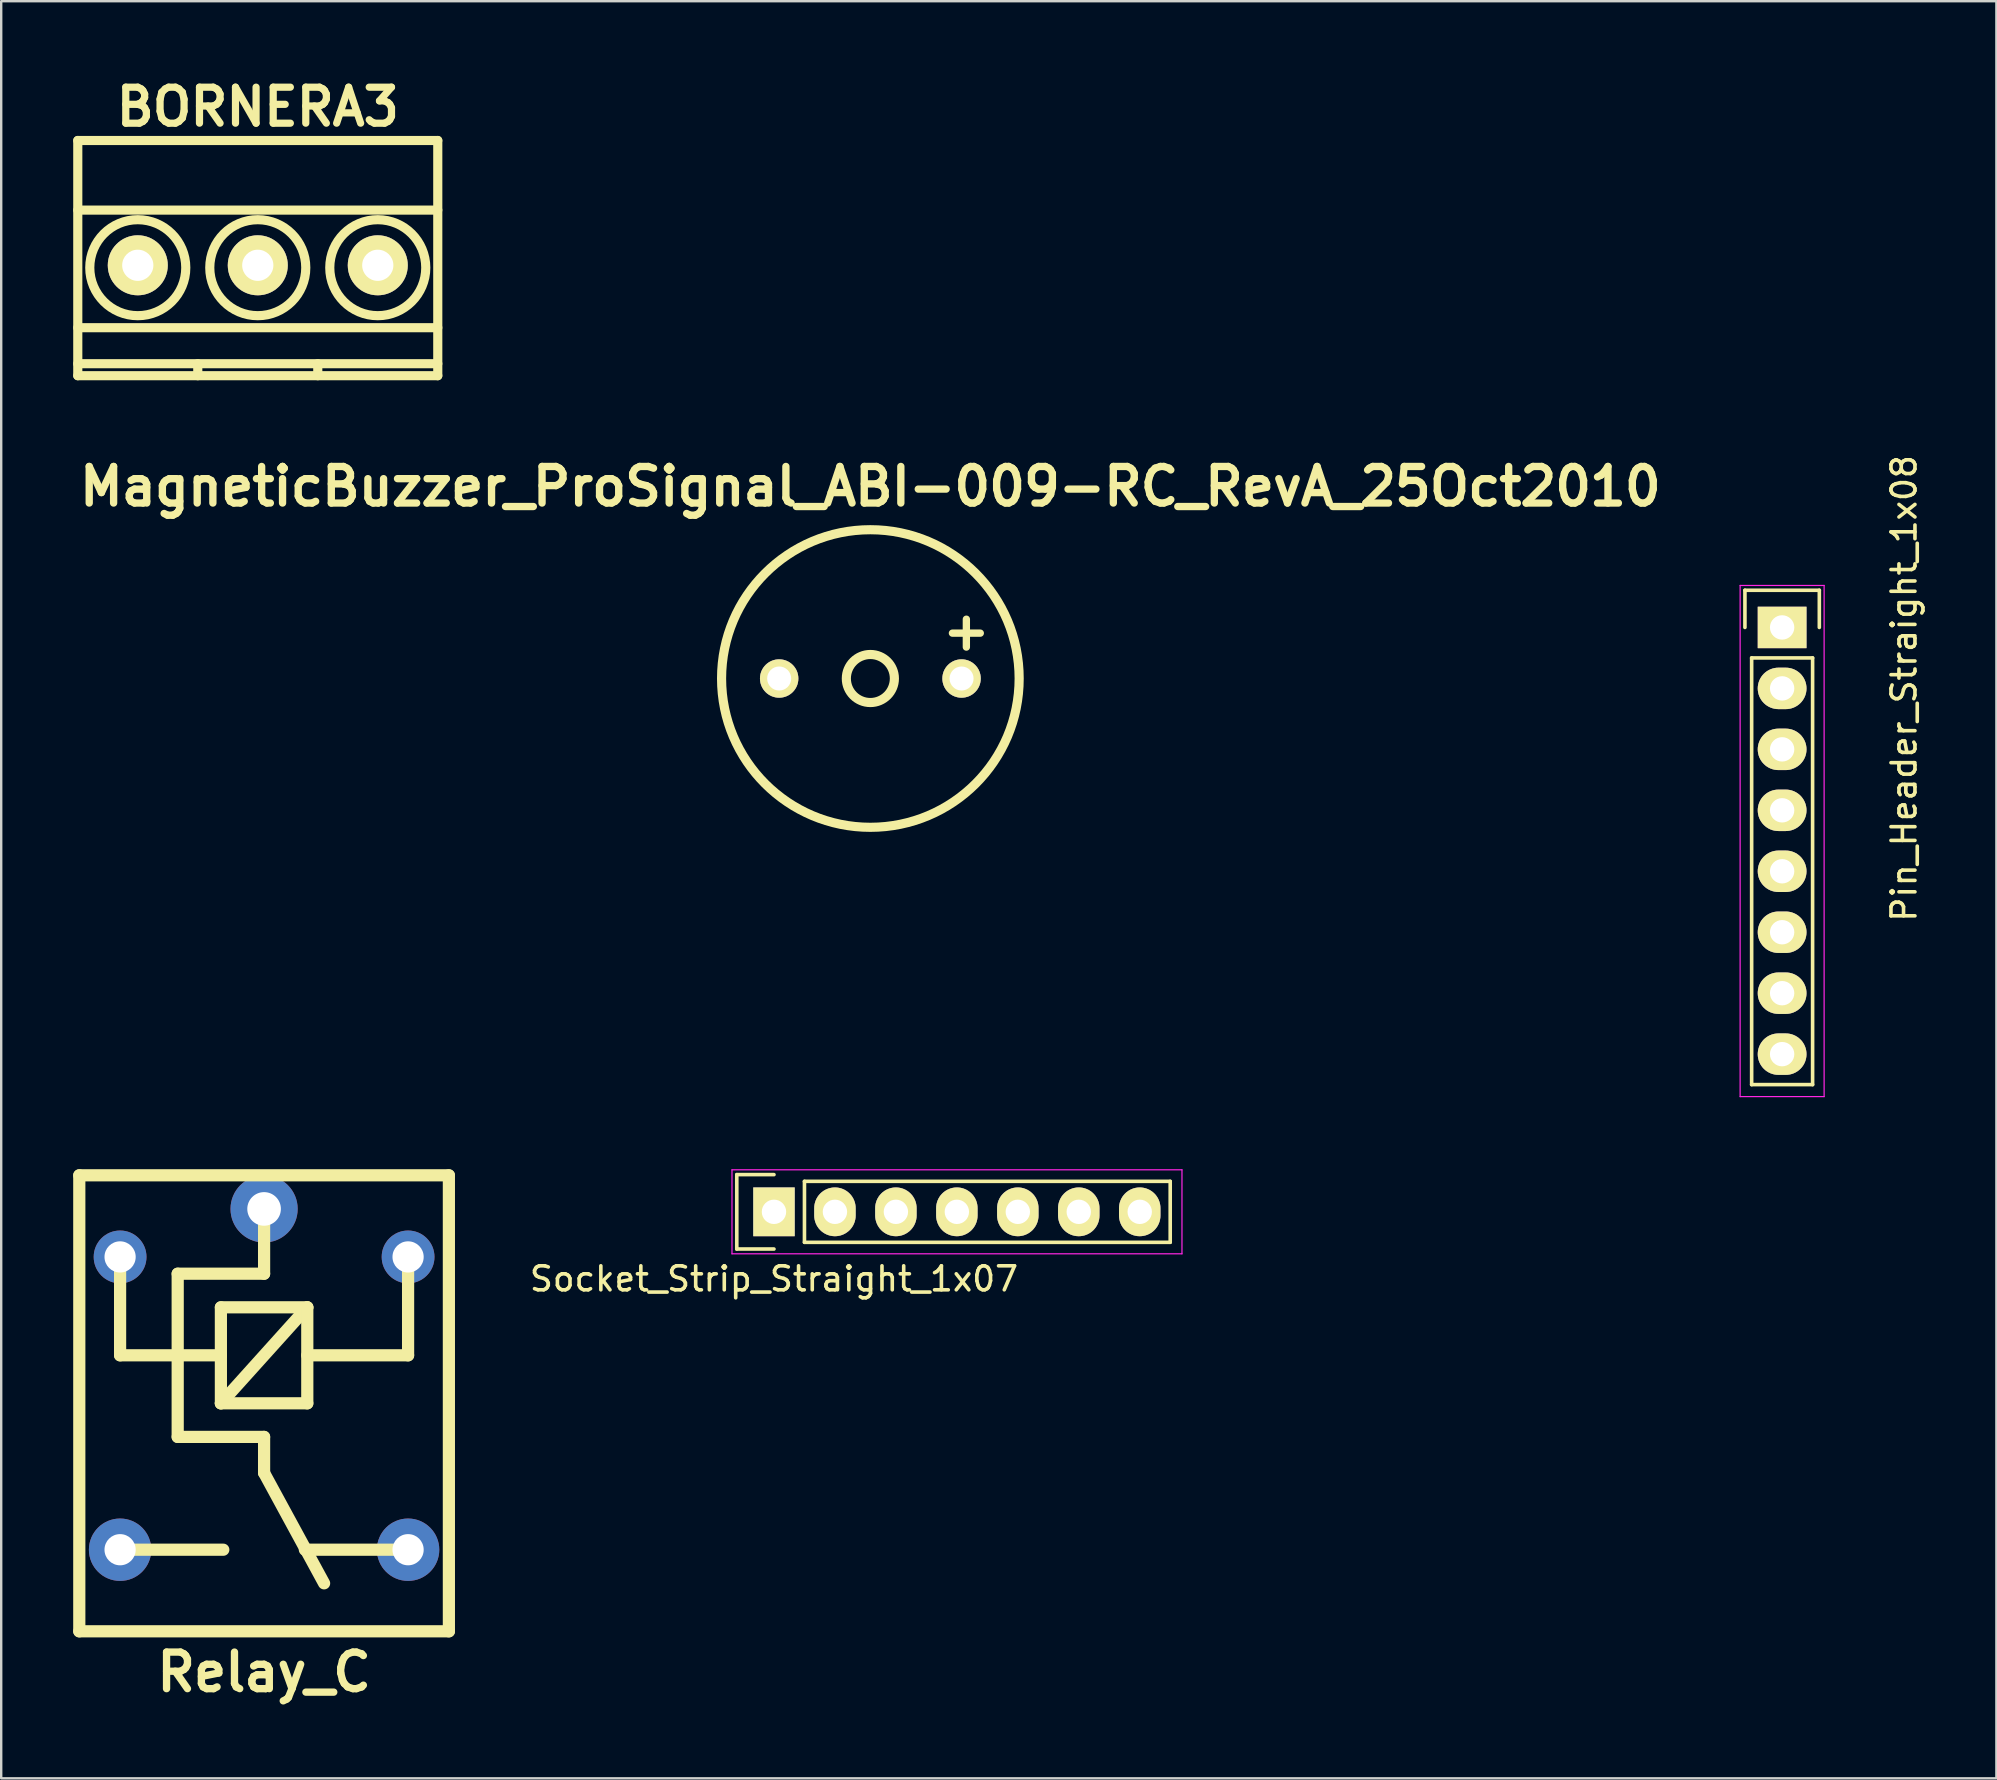
<source format=kicad_pcb>
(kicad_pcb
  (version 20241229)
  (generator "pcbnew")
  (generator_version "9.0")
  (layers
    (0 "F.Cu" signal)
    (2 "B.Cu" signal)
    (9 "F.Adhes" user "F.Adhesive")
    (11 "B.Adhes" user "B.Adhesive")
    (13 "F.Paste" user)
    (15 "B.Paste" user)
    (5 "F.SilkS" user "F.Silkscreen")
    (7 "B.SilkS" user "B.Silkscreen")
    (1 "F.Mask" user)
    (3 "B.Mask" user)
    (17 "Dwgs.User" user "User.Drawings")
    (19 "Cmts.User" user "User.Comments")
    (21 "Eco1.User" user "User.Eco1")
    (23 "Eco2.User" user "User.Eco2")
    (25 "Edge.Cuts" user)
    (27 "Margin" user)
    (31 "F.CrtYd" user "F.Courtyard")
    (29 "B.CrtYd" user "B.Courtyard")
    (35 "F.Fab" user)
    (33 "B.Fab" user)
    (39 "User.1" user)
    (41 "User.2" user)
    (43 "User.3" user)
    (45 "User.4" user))
  (footprint "MagneticBuzzer_ProSignal_ABI-009-RC_RevA_25Oct2010"
    (layer "F.Cu")
    (at 33.216 25.222)
    (property "Reference" "MagneticBuzzer_ProSignal_ABI-009-RC_RevA_25Oct2010" (at 0 -8.001 0) (layer "F.SilkS") (effects (font (size 1.524 1.524) (thickness 0.305))))
    (attr through_hole)
    (fp_circle (center 0 0) (end 1.001 0) (stroke (width 0.381) (type solid)) (fill no) (layer "F.SilkS"))
    (fp_circle (center 0 0) (end 6.2 0) (stroke (width 0.381) (type solid)) (fill no) (layer "F.SilkS"))
    (fp_text user "+" (at 4 -1.999 0) (layer "F.SilkS") (effects (font (size 1.524 1.524) (thickness 0.305))))
    (pad "1" thru_hole circle (at -3.8 0) (size 1.6 1.6) (drill 1.001) (layers "*.Cu" "*.Mask" "F.SilkS"))
    (pad "2" thru_hole circle (at 3.8 0) (size 1.6 1.6) (drill 1.001) (layers "*.Cu" "*.Mask" "F.SilkS")))
  (footprint "BORNERA3"
    (layer "F.Cu")
    (at 7.691 8.004)
    (property "Reference" "BORNERA3" (at 0 -6.6 0) (layer "F.SilkS") (effects (font (size 1.5 1.5) (thickness 0.3))))
    (attr through_hole)
    (fp_line (start -7.5 -5.2) (end -7.5 4.6) (stroke (width 0.381) (type solid)) (layer "F.SilkS"))
    (fp_line (start -7.5 -2.3) (end 7.5 -2.3) (stroke (width 0.381) (type solid)) (layer "F.SilkS"))
    (fp_line (start -7.5 2.6) (end 7.5 2.6) (stroke (width 0.381) (type solid)) (layer "F.SilkS"))
    (fp_line (start -7.5 4.1) (end 7.5 4.1) (stroke (width 0.381) (type solid)) (layer "F.SilkS"))
    (fp_line (start -7.5 4.6) (end 7.5 4.6) (stroke (width 0.381) (type solid)) (layer "F.SilkS"))
    (fp_line (start -2.5 4.1) (end -2.5 4.6) (stroke (width 0.381) (type solid)) (layer "F.SilkS"))
    (fp_line (start 2.5 4.1) (end 2.5 4.6) (stroke (width 0.381) (type solid)) (layer "F.SilkS"))
    (fp_line (start 7.5 -5.2) (end -7.5 -5.2) (stroke (width 0.381) (type solid)) (layer "F.SilkS"))
    (fp_line (start 7.5 4.6) (end 7.5 -5.2) (stroke (width 0.381) (type solid)) (layer "F.SilkS"))
    (fp_circle (center -5 0.1) (end -3 0.1) (stroke (width 0.381) (type solid)) (fill no) (layer "F.SilkS"))
    (fp_circle (center 0 0.1) (end -2 0.1) (stroke (width 0.381) (type solid)) (fill no) (layer "F.SilkS"))
    (fp_circle (center 5 0.1) (end 3 0.1) (stroke (width 0.381) (type solid)) (fill no) (layer "F.SilkS"))
    (pad "1" thru_hole circle (at -5 0) (size 2.5 2.5) (drill 1.3) (layers "*.Cu" "*.Mask" "F.SilkS"))
    (pad "2" thru_hole circle (at 0 0) (size 2.5 2.5) (drill 1.3) (layers "*.Cu" "*.Mask" "F.SilkS"))
    (pad "3" thru_hole circle (at 5 0) (size 2.5 2.5) (drill 1.3) (layers "*.Cu" "*.Mask" "F.SilkS")))
  (footprint "Pin_Header_Straight_1x08"
    (layer "F.Cu")
    (at 71.207 23.094)
    (property "Reference" "Pin_Header_Straight_1x08" (at 5.08 2.54 90) (layer "F.SilkS") (effects (font (size 1 1) (thickness 0.15))))
    (attr through_hole)
    (fp_line (start -1.55 -1.55) (end 1.55 -1.55) (stroke (width 0.15) (type solid)) (layer "F.SilkS"))
    (fp_line (start -1.55 0) (end -1.55 -1.55) (stroke (width 0.15) (type solid)) (layer "F.SilkS"))
    (fp_line (start -1.27 19.05) (end -1.27 1.27) (stroke (width 0.15) (type solid)) (layer "F.SilkS"))
    (fp_line (start 1.27 1.27) (end -1.27 1.27) (stroke (width 0.15) (type solid)) (layer "F.SilkS"))
    (fp_line (start 1.27 1.27) (end 1.27 19.05) (stroke (width 0.15) (type solid)) (layer "F.SilkS"))
    (fp_line (start 1.27 19.05) (end -1.27 19.05) (stroke (width 0.15) (type solid)) (layer "F.SilkS"))
    (fp_line (start 1.55 -1.55) (end 1.55 0) (stroke (width 0.15) (type solid)) (layer "F.SilkS"))
    (fp_line (start -1.75 -1.75) (end -1.75 19.55) (stroke (width 0.05) (type solid)) (layer "F.CrtYd"))
    (fp_line (start -1.75 -1.75) (end 1.75 -1.75) (stroke (width 0.05) (type solid)) (layer "F.CrtYd"))
    (fp_line (start -1.75 19.55) (end 1.75 19.55) (stroke (width 0.05) (type solid)) (layer "F.CrtYd"))
    (fp_line (start 1.75 -1.75) (end 1.75 19.55) (stroke (width 0.05) (type solid)) (layer "F.CrtYd"))
    (pad "1" thru_hole rect (at 0 0) (size 2.032 1.727) (drill 1.016) (layers "*.Cu" "*.Mask" "F.SilkS"))
    (pad "2" thru_hole oval (at 0 2.54) (size 2.032 1.727) (drill 1.016) (layers "*.Cu" "*.Mask" "F.SilkS"))
    (pad "3" thru_hole oval (at 0 5.08) (size 2.032 1.727) (drill 1.016) (layers "*.Cu" "*.Mask" "F.SilkS"))
    (pad "4" thru_hole oval (at 0 7.62) (size 2.032 1.727) (drill 1.016) (layers "*.Cu" "*.Mask" "F.SilkS"))
    (pad "5" thru_hole oval (at 0 10.16) (size 2.032 1.727) (drill 1.016) (layers "*.Cu" "*.Mask" "F.SilkS"))
    (pad "6" thru_hole oval (at 0 12.7) (size 2.032 1.727) (drill 1.016) (layers "*.Cu" "*.Mask" "F.SilkS"))
    (pad "7" thru_hole oval (at 0 15.24) (size 2.032 1.727) (drill 1.016) (layers "*.Cu" "*.Mask" "F.SilkS"))
    (pad "8" thru_hole oval (at 0 17.78) (size 2.032 1.727) (drill 1.016) (layers "*.Cu" "*.Mask" "F.SilkS")))
  (footprint "Relay_C"
    (layer "F.Cu")
    (at 7.954 55.423)
    (property "Reference" "Relay_C" (at 0 11.2 0) (layer "F.SilkS") (effects (font (size 1.524 1.524) (thickness 0.305))))
    (attr through_hole)
    (fp_line (start -7.7 -9.5) (end -7.7 9.5) (stroke (width 0.508) (type solid)) (layer "F.SilkS"))
    (fp_line (start -7.7 -9.5) (end 7.7 -9.5) (stroke (width 0.508) (type solid)) (layer "F.SilkS"))
    (fp_line (start -7.7 9.5) (end 7.7 9.5) (stroke (width 0.508) (type solid)) (layer "F.SilkS"))
    (fp_line (start -6 -6.1) (end -6 -2) (stroke (width 0.508) (type solid)) (layer "F.SilkS"))
    (fp_line (start -3.6 1.4) (end -3.6 -5.4) (stroke (width 0.508) (type solid)) (layer "F.SilkS"))
    (fp_line (start -1.8 -4) (end 1.8 -4) (stroke (width 0.508) (type solid)) (layer "F.SilkS"))
    (fp_line (start -1.8 -2) (end -6 -2) (stroke (width 0.508) (type solid)) (layer "F.SilkS"))
    (fp_line (start -1.8 0) (end -1.8 -4) (stroke (width 0.508) (type solid)) (layer "F.SilkS"))
    (fp_line (start -1.8 0) (end 1.8 -4) (stroke (width 0.508) (type solid)) (layer "F.SilkS"))
    (fp_line (start -1.7 6.1) (end -6 6.1) (stroke (width 0.508) (type solid)) (layer "F.SilkS"))
    (fp_line (start 0 -8.1) (end 0 -5.4) (stroke (width 0.508) (type solid)) (layer "F.SilkS"))
    (fp_line (start 0 -5.4) (end -3.6 -5.4) (stroke (width 0.508) (type solid)) (layer "F.SilkS"))
    (fp_line (start 0 1.4) (end -3.6 1.4) (stroke (width 0.508) (type solid)) (layer "F.SilkS"))
    (fp_line (start 0 1.4) (end 0 2.9) (stroke (width 0.508) (type solid)) (layer "F.SilkS"))
    (fp_line (start 0 2.9) (end 2.5 7.5) (stroke (width 0.508) (type solid)) (layer "F.SilkS"))
    (fp_line (start 1.8 -4) (end 1.8 0) (stroke (width 0.508) (type solid)) (layer "F.SilkS"))
    (fp_line (start 1.8 0) (end -1.8 0) (stroke (width 0.508) (type solid)) (layer "F.SilkS"))
    (fp_line (start 6 -6.1) (end 6 -2) (stroke (width 0.508) (type solid)) (layer "F.SilkS"))
    (fp_line (start 6 -2) (end 1.8 -2) (stroke (width 0.508) (type solid)) (layer "F.SilkS"))
    (fp_line (start 6 6.1) (end 1.7 6.1) (stroke (width 0.508) (type solid)) (layer "F.SilkS"))
    (fp_line (start 7.7 -9.5) (end 7.7 9.5) (stroke (width 0.508) (type solid)) (layer "F.SilkS"))
    (pad "1" thru_hole circle (at 0 -8.1) (size 2.8 2.8) (drill 1.4) (layers "*.Cu" "*.Mask"))
    (pad "2" thru_hole circle (at -6 -6.1) (size 2.2 2.2) (drill 1.3) (layers "*.Cu" "*.Mask"))
    (pad "3" thru_hole circle (at -6 6.1) (size 2.6 2.6) (drill 1.3) (layers "*.Cu" "*.Mask"))
    (pad "4" thru_hole circle (at 6 6.1) (size 2.6 2.6) (drill 1.3) (layers "*.Cu" "*.Mask"))
    (pad "5" thru_hole circle (at 6 -6.1) (size 2.2 2.2) (drill 1.3) (layers "*.Cu" "*.Mask")))
  (footprint "Socket_Strip_Straight_1x07"
    (layer "F.Cu")
    (at 29.2 47.444)
    (property "Reference" "Socket_Strip_Straight_1x07" (at 0 2.794 0) (layer "F.SilkS") (effects (font (size 1 1) (thickness 0.15))))
    (attr through_hole)
    (fp_line (start -1.55 -1.55) (end -1.55 1.55) (stroke (width 0.15) (type solid)) (layer "F.SilkS"))
    (fp_line (start -1.55 1.55) (end 0 1.55) (stroke (width 0.15) (type solid)) (layer "F.SilkS"))
    (fp_line (start 0 -1.55) (end -1.55 -1.55) (stroke (width 0.15) (type solid)) (layer "F.SilkS"))
    (fp_line (start 1.27 1.27) (end 1.27 -1.27) (stroke (width 0.15) (type solid)) (layer "F.SilkS"))
    (fp_line (start 1.27 1.27) (end 16.51 1.27) (stroke (width 0.15) (type solid)) (layer "F.SilkS"))
    (fp_line (start 16.51 -1.27) (end 1.27 -1.27) (stroke (width 0.15) (type solid)) (layer "F.SilkS"))
    (fp_line (start 16.51 1.27) (end 16.51 -1.27) (stroke (width 0.15) (type solid)) (layer "F.SilkS"))
    (fp_line (start -1.75 -1.75) (end -1.75 1.75) (stroke (width 0.05) (type solid)) (layer "F.CrtYd"))
    (fp_line (start -1.75 -1.75) (end 17 -1.75) (stroke (width 0.05) (type solid)) (layer "F.CrtYd"))
    (fp_line (start -1.75 1.75) (end 17 1.75) (stroke (width 0.05) (type solid)) (layer "F.CrtYd"))
    (fp_line (start 17 -1.75) (end 17 1.75) (stroke (width 0.05) (type solid)) (layer "F.CrtYd"))
    (pad "1" thru_hole rect (at 0 0) (size 1.727 2.032) (drill 1.016) (layers "*.Cu" "*.Mask" "F.SilkS"))
    (pad "2" thru_hole oval (at 2.54 0) (size 1.727 2.032) (drill 1.016) (layers "*.Cu" "*.Mask" "F.SilkS"))
    (pad "3" thru_hole oval (at 5.08 0) (size 1.727 2.032) (drill 1.016) (layers "*.Cu" "*.Mask" "F.SilkS"))
    (pad "4" thru_hole oval (at 7.62 0) (size 1.727 2.032) (drill 1.016) (layers "*.Cu" "*.Mask" "F.SilkS"))
    (pad "5" thru_hole oval (at 10.16 0) (size 1.727 2.032) (drill 1.016) (layers "*.Cu" "*.Mask" "F.SilkS"))
    (pad "6" thru_hole oval (at 12.7 0) (size 1.727 2.032) (drill 1.016) (layers "*.Cu" "*.Mask" "F.SilkS"))
    (pad "7" thru_hole oval (at 15.24 0) (size 1.727 2.032) (drill 1.016) (layers "*.Cu" "*.Mask" "F.SilkS")))
  (gr_rect
    (start -3 -3)
    (end 80.135 71.049)
    (stroke (width 0.1) (type default))
    (fill no)
    (layer "Edge.Cuts")))
</source>
